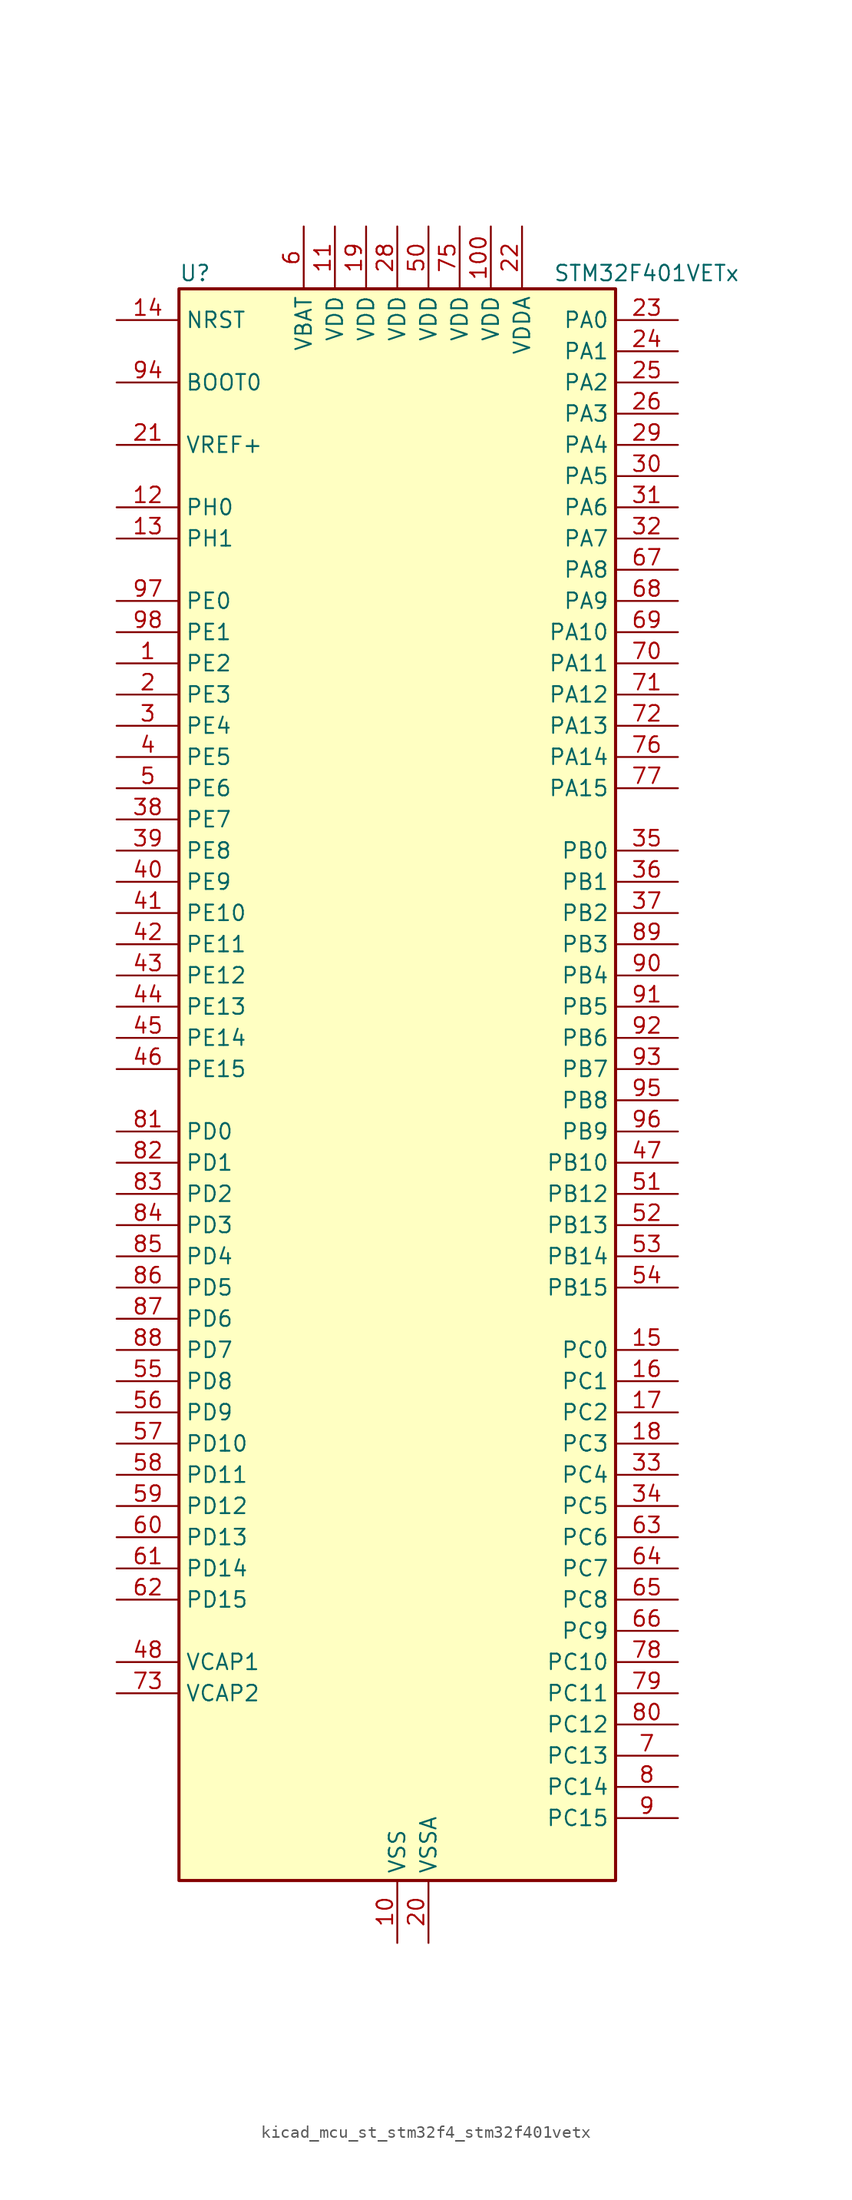
<source format=kicad_sym>
(kicad_symbol_lib
  (version 20220914)
  (generator kicad_symbol_editor)
  (symbol "kicad_mcu_st_stm32f4_stm32f401vetx"
    (property "Reference" "U"
      (at -17.78 67.31 0)
      (effects (font (size 1.27 1.27)) (justify left)))
    (property "Value" "STM32F401VETx"
      (at 12.7 67.31 0)
      (effects (font (size 1.27 1.27)) (justify left)))
    (property "ki_locked" ""
      (at 0 0 0)
      (effects (font (size 1.27 1.27))))
    (symbol "kicad_mcu_st_stm32f4_stm32f401vetx_0_1"
      (rectangle (start -17.78 -63.5) (end 17.78 66.04) (stroke (width 0.254) (type default)) (fill (type background))))
    (symbol "kicad_mcu_st_stm32f4_stm32f401vetx_1_1"
      (pin bidirectional line (at -22.86 35.56 0) (length 5.08) (name "PE2" (effects (font (size 1.27 1.27)))) (number "1" (effects (font (size 1.27 1.27)))) (alternate "SPI4_SCK" bidirectional line) (alternate "SYS_TRACECLK" bidirectional line))
      (pin power_in line (at 0 -68.58 90) (length 5.08) (name "VSS" (effects (font (size 1.27 1.27)))) (number "10" (effects (font (size 1.27 1.27)))))
      (pin power_in line (at 7.62 71.12 270) (length 5.08) (name "VDD" (effects (font (size 1.27 1.27)))) (number "100" (effects (font (size 1.27 1.27)))))
      (pin power_in line (at -5.08 71.12 270) (length 5.08) (name "VDD" (effects (font (size 1.27 1.27)))) (number "11" (effects (font (size 1.27 1.27)))))
      (pin bidirectional line (at -22.86 48.26 0) (length 5.08) (name "PH0" (effects (font (size 1.27 1.27)))) (number "12" (effects (font (size 1.27 1.27)))) (alternate "RCC_OSC_IN" bidirectional line))
      (pin bidirectional line (at -22.86 45.72 0) (length 5.08) (name "PH1" (effects (font (size 1.27 1.27)))) (number "13" (effects (font (size 1.27 1.27)))) (alternate "RCC_OSC_OUT" bidirectional line))
      (pin input line (at -22.86 63.5 0) (length 5.08) (name "NRST" (effects (font (size 1.27 1.27)))) (number "14" (effects (font (size 1.27 1.27)))))
      (pin bidirectional line (at 22.86 -20.32 180) (length 5.08) (name "PC0" (effects (font (size 1.27 1.27)))) (number "15" (effects (font (size 1.27 1.27)))) (alternate "ADC1_IN10" bidirectional line))
      (pin bidirectional line (at 22.86 -22.86 180) (length 5.08) (name "PC1" (effects (font (size 1.27 1.27)))) (number "16" (effects (font (size 1.27 1.27)))) (alternate "ADC1_IN11" bidirectional line))
      (pin bidirectional line (at 22.86 -25.4 180) (length 5.08) (name "PC2" (effects (font (size 1.27 1.27)))) (number "17" (effects (font (size 1.27 1.27)))) (alternate "ADC1_IN12" bidirectional line) (alternate "I2S2_ext_SD" bidirectional line) (alternate "SPI2_MISO" bidirectional line))
      (pin bidirectional line (at 22.86 -27.94 180) (length 5.08) (name "PC3" (effects (font (size 1.27 1.27)))) (number "18" (effects (font (size 1.27 1.27)))) (alternate "ADC1_IN13" bidirectional line) (alternate "I2S2_SD" bidirectional line) (alternate "SPI2_MOSI" bidirectional line))
      (pin power_in line (at -2.54 71.12 270) (length 5.08) (name "VDD" (effects (font (size 1.27 1.27)))) (number "19" (effects (font (size 1.27 1.27)))))
      (pin bidirectional line (at -22.86 33.02 0) (length 5.08) (name "PE3" (effects (font (size 1.27 1.27)))) (number "2" (effects (font (size 1.27 1.27)))) (alternate "SYS_TRACED0" bidirectional line))
      (pin power_in line (at 2.54 -68.58 90) (length 5.08) (name "VSSA" (effects (font (size 1.27 1.27)))) (number "20" (effects (font (size 1.27 1.27)))))
      (pin input line (at -22.86 53.34 0) (length 5.08) (name "VREF+" (effects (font (size 1.27 1.27)))) (number "21" (effects (font (size 1.27 1.27)))))
      (pin power_in line (at 10.16 71.12 270) (length 5.08) (name "VDDA" (effects (font (size 1.27 1.27)))) (number "22" (effects (font (size 1.27 1.27)))))
      (pin bidirectional line (at 22.86 63.5 180) (length 5.08) (name "PA0" (effects (font (size 1.27 1.27)))) (number "23" (effects (font (size 1.27 1.27)))) (alternate "ADC1_IN0" bidirectional line) (alternate "SYS_WKUP" bidirectional line) (alternate "TIM2_CH1" bidirectional line) (alternate "TIM2_ETR" bidirectional line) (alternate "TIM5_CH1" bidirectional line) (alternate "USART2_CTS" bidirectional line))
      (pin bidirectional line (at 22.86 60.96 180) (length 5.08) (name "PA1" (effects (font (size 1.27 1.27)))) (number "24" (effects (font (size 1.27 1.27)))) (alternate "ADC1_IN1" bidirectional line) (alternate "TIM2_CH2" bidirectional line) (alternate "TIM5_CH2" bidirectional line) (alternate "USART2_RTS" bidirectional line))
      (pin bidirectional line (at 22.86 58.42 180) (length 5.08) (name "PA2" (effects (font (size 1.27 1.27)))) (number "25" (effects (font (size 1.27 1.27)))) (alternate "ADC1_IN2" bidirectional line) (alternate "TIM2_CH3" bidirectional line) (alternate "TIM5_CH3" bidirectional line) (alternate "TIM9_CH1" bidirectional line) (alternate "USART2_TX" bidirectional line))
      (pin bidirectional line (at 22.86 55.88 180) (length 5.08) (name "PA3" (effects (font (size 1.27 1.27)))) (number "26" (effects (font (size 1.27 1.27)))) (alternate "ADC1_IN3" bidirectional line) (alternate "TIM2_CH4" bidirectional line) (alternate "TIM5_CH4" bidirectional line) (alternate "TIM9_CH2" bidirectional line) (alternate "USART2_RX" bidirectional line))
      (pin passive line (at 0 -68.58 90) (length 5.08) hide (name "VSS" (effects (font (size 1.27 1.27)))) (number "27" (effects (font (size 1.27 1.27)))))
      (pin power_in line (at 0 71.12 270) (length 5.08) (name "VDD" (effects (font (size 1.27 1.27)))) (number "28" (effects (font (size 1.27 1.27)))))
      (pin bidirectional line (at 22.86 53.34 180) (length 5.08) (name "PA4" (effects (font (size 1.27 1.27)))) (number "29" (effects (font (size 1.27 1.27)))) (alternate "ADC1_IN4" bidirectional line) (alternate "I2S3_WS" bidirectional line) (alternate "SPI1_NSS" bidirectional line) (alternate "SPI3_NSS" bidirectional line) (alternate "USART2_CK" bidirectional line))
      (pin bidirectional line (at -22.86 30.48 0) (length 5.08) (name "PE4" (effects (font (size 1.27 1.27)))) (number "3" (effects (font (size 1.27 1.27)))) (alternate "SPI4_NSS" bidirectional line) (alternate "SYS_TRACED1" bidirectional line))
      (pin bidirectional line (at 22.86 50.8 180) (length 5.08) (name "PA5" (effects (font (size 1.27 1.27)))) (number "30" (effects (font (size 1.27 1.27)))) (alternate "ADC1_IN5" bidirectional line) (alternate "SPI1_SCK" bidirectional line) (alternate "TIM2_CH1" bidirectional line) (alternate "TIM2_ETR" bidirectional line))
      (pin bidirectional line (at 22.86 48.26 180) (length 5.08) (name "PA6" (effects (font (size 1.27 1.27)))) (number "31" (effects (font (size 1.27 1.27)))) (alternate "ADC1_IN6" bidirectional line) (alternate "SPI1_MISO" bidirectional line) (alternate "TIM1_BKIN" bidirectional line) (alternate "TIM3_CH1" bidirectional line))
      (pin bidirectional line (at 22.86 45.72 180) (length 5.08) (name "PA7" (effects (font (size 1.27 1.27)))) (number "32" (effects (font (size 1.27 1.27)))) (alternate "ADC1_IN7" bidirectional line) (alternate "SPI1_MOSI" bidirectional line) (alternate "TIM1_CH1N" bidirectional line) (alternate "TIM3_CH2" bidirectional line))
      (pin bidirectional line (at 22.86 -30.48 180) (length 5.08) (name "PC4" (effects (font (size 1.27 1.27)))) (number "33" (effects (font (size 1.27 1.27)))) (alternate "ADC1_IN14" bidirectional line))
      (pin bidirectional line (at 22.86 -33.02 180) (length 5.08) (name "PC5" (effects (font (size 1.27 1.27)))) (number "34" (effects (font (size 1.27 1.27)))) (alternate "ADC1_IN15" bidirectional line))
      (pin bidirectional line (at 22.86 20.32 180) (length 5.08) (name "PB0" (effects (font (size 1.27 1.27)))) (number "35" (effects (font (size 1.27 1.27)))) (alternate "ADC1_IN8" bidirectional line) (alternate "TIM1_CH2N" bidirectional line) (alternate "TIM3_CH3" bidirectional line))
      (pin bidirectional line (at 22.86 17.78 180) (length 5.08) (name "PB1" (effects (font (size 1.27 1.27)))) (number "36" (effects (font (size 1.27 1.27)))) (alternate "ADC1_IN9" bidirectional line) (alternate "TIM1_CH3N" bidirectional line) (alternate "TIM3_CH4" bidirectional line))
      (pin bidirectional line (at 22.86 15.24 180) (length 5.08) (name "PB2" (effects (font (size 1.27 1.27)))) (number "37" (effects (font (size 1.27 1.27)))))
      (pin bidirectional line (at -22.86 22.86 0) (length 5.08) (name "PE7" (effects (font (size 1.27 1.27)))) (number "38" (effects (font (size 1.27 1.27)))) (alternate "TIM1_ETR" bidirectional line))
      (pin bidirectional line (at -22.86 20.32 0) (length 5.08) (name "PE8" (effects (font (size 1.27 1.27)))) (number "39" (effects (font (size 1.27 1.27)))) (alternate "TIM1_CH1N" bidirectional line))
      (pin bidirectional line (at -22.86 27.94 0) (length 5.08) (name "PE5" (effects (font (size 1.27 1.27)))) (number "4" (effects (font (size 1.27 1.27)))) (alternate "SPI4_MISO" bidirectional line) (alternate "SYS_TRACED2" bidirectional line) (alternate "TIM9_CH1" bidirectional line))
      (pin bidirectional line (at -22.86 17.78 0) (length 5.08) (name "PE9" (effects (font (size 1.27 1.27)))) (number "40" (effects (font (size 1.27 1.27)))) (alternate "TIM1_CH1" bidirectional line))
      (pin bidirectional line (at -22.86 15.24 0) (length 5.08) (name "PE10" (effects (font (size 1.27 1.27)))) (number "41" (effects (font (size 1.27 1.27)))) (alternate "TIM1_CH2N" bidirectional line))
      (pin bidirectional line (at -22.86 12.7 0) (length 5.08) (name "PE11" (effects (font (size 1.27 1.27)))) (number "42" (effects (font (size 1.27 1.27)))) (alternate "ADC1_EXTI11" bidirectional line) (alternate "SPI4_NSS" bidirectional line) (alternate "TIM1_CH2" bidirectional line))
      (pin bidirectional line (at -22.86 10.16 0) (length 5.08) (name "PE12" (effects (font (size 1.27 1.27)))) (number "43" (effects (font (size 1.27 1.27)))) (alternate "SPI4_SCK" bidirectional line) (alternate "TIM1_CH3N" bidirectional line))
      (pin bidirectional line (at -22.86 7.62 0) (length 5.08) (name "PE13" (effects (font (size 1.27 1.27)))) (number "44" (effects (font (size 1.27 1.27)))) (alternate "SPI4_MISO" bidirectional line) (alternate "TIM1_CH3" bidirectional line))
      (pin bidirectional line (at -22.86 5.08 0) (length 5.08) (name "PE14" (effects (font (size 1.27 1.27)))) (number "45" (effects (font (size 1.27 1.27)))) (alternate "SPI4_MOSI" bidirectional line) (alternate "TIM1_CH4" bidirectional line))
      (pin bidirectional line (at -22.86 2.54 0) (length 5.08) (name "PE15" (effects (font (size 1.27 1.27)))) (number "46" (effects (font (size 1.27 1.27)))) (alternate "ADC1_EXTI15" bidirectional line) (alternate "TIM1_BKIN" bidirectional line))
      (pin bidirectional line (at 22.86 -5.08 180) (length 5.08) (name "PB10" (effects (font (size 1.27 1.27)))) (number "47" (effects (font (size 1.27 1.27)))) (alternate "I2C2_SCL" bidirectional line) (alternate "I2S2_CK" bidirectional line) (alternate "SPI2_SCK" bidirectional line) (alternate "TIM2_CH3" bidirectional line))
      (pin power_out line (at -22.86 -45.72 0) (length 5.08) (name "VCAP1" (effects (font (size 1.27 1.27)))) (number "48" (effects (font (size 1.27 1.27)))))
      (pin passive line (at 0 -68.58 90) (length 5.08) hide (name "VSS" (effects (font (size 1.27 1.27)))) (number "49" (effects (font (size 1.27 1.27)))))
      (pin bidirectional line (at -22.86 25.4 0) (length 5.08) (name "PE6" (effects (font (size 1.27 1.27)))) (number "5" (effects (font (size 1.27 1.27)))) (alternate "SPI4_MOSI" bidirectional line) (alternate "SYS_TRACED3" bidirectional line) (alternate "TIM9_CH2" bidirectional line))
      (pin power_in line (at 2.54 71.12 270) (length 5.08) (name "VDD" (effects (font (size 1.27 1.27)))) (number "50" (effects (font (size 1.27 1.27)))))
      (pin bidirectional line (at 22.86 -7.62 180) (length 5.08) (name "PB12" (effects (font (size 1.27 1.27)))) (number "51" (effects (font (size 1.27 1.27)))) (alternate "I2C2_SMBA" bidirectional line) (alternate "I2S2_WS" bidirectional line) (alternate "SPI2_NSS" bidirectional line) (alternate "TIM1_BKIN" bidirectional line))
      (pin bidirectional line (at 22.86 -10.16 180) (length 5.08) (name "PB13" (effects (font (size 1.27 1.27)))) (number "52" (effects (font (size 1.27 1.27)))) (alternate "I2S2_CK" bidirectional line) (alternate "SPI2_SCK" bidirectional line) (alternate "TIM1_CH1N" bidirectional line))
      (pin bidirectional line (at 22.86 -12.7 180) (length 5.08) (name "PB14" (effects (font (size 1.27 1.27)))) (number "53" (effects (font (size 1.27 1.27)))) (alternate "I2S2_ext_SD" bidirectional line) (alternate "SPI2_MISO" bidirectional line) (alternate "TIM1_CH2N" bidirectional line))
      (pin bidirectional line (at 22.86 -15.24 180) (length 5.08) (name "PB15" (effects (font (size 1.27 1.27)))) (number "54" (effects (font (size 1.27 1.27)))) (alternate "ADC1_EXTI15" bidirectional line) (alternate "I2S2_SD" bidirectional line) (alternate "RTC_REFIN" bidirectional line) (alternate "SPI2_MOSI" bidirectional line) (alternate "TIM1_CH3N" bidirectional line))
      (pin bidirectional line (at -22.86 -22.86 0) (length 5.08) (name "PD8" (effects (font (size 1.27 1.27)))) (number "55" (effects (font (size 1.27 1.27)))))
      (pin bidirectional line (at -22.86 -25.4 0) (length 5.08) (name "PD9" (effects (font (size 1.27 1.27)))) (number "56" (effects (font (size 1.27 1.27)))))
      (pin bidirectional line (at -22.86 -27.94 0) (length 5.08) (name "PD10" (effects (font (size 1.27 1.27)))) (number "57" (effects (font (size 1.27 1.27)))))
      (pin bidirectional line (at -22.86 -30.48 0) (length 5.08) (name "PD11" (effects (font (size 1.27 1.27)))) (number "58" (effects (font (size 1.27 1.27)))) (alternate "ADC1_EXTI11" bidirectional line))
      (pin bidirectional line (at -22.86 -33.02 0) (length 5.08) (name "PD12" (effects (font (size 1.27 1.27)))) (number "59" (effects (font (size 1.27 1.27)))) (alternate "TIM4_CH1" bidirectional line))
      (pin power_in line (at -7.62 71.12 270) (length 5.08) (name "VBAT" (effects (font (size 1.27 1.27)))) (number "6" (effects (font (size 1.27 1.27)))))
      (pin bidirectional line (at -22.86 -35.56 0) (length 5.08) (name "PD13" (effects (font (size 1.27 1.27)))) (number "60" (effects (font (size 1.27 1.27)))) (alternate "TIM4_CH2" bidirectional line))
      (pin bidirectional line (at -22.86 -38.1 0) (length 5.08) (name "PD14" (effects (font (size 1.27 1.27)))) (number "61" (effects (font (size 1.27 1.27)))) (alternate "TIM4_CH3" bidirectional line))
      (pin bidirectional line (at -22.86 -40.64 0) (length 5.08) (name "PD15" (effects (font (size 1.27 1.27)))) (number "62" (effects (font (size 1.27 1.27)))) (alternate "ADC1_EXTI15" bidirectional line) (alternate "TIM4_CH4" bidirectional line))
      (pin bidirectional line (at 22.86 -35.56 180) (length 5.08) (name "PC6" (effects (font (size 1.27 1.27)))) (number "63" (effects (font (size 1.27 1.27)))) (alternate "I2S2_MCK" bidirectional line) (alternate "SDIO_D6" bidirectional line) (alternate "TIM3_CH1" bidirectional line) (alternate "USART6_TX" bidirectional line))
      (pin bidirectional line (at 22.86 -38.1 180) (length 5.08) (name "PC7" (effects (font (size 1.27 1.27)))) (number "64" (effects (font (size 1.27 1.27)))) (alternate "I2S3_MCK" bidirectional line) (alternate "SDIO_D7" bidirectional line) (alternate "TIM3_CH2" bidirectional line) (alternate "USART6_RX" bidirectional line))
      (pin bidirectional line (at 22.86 -40.64 180) (length 5.08) (name "PC8" (effects (font (size 1.27 1.27)))) (number "65" (effects (font (size 1.27 1.27)))) (alternate "SDIO_D0" bidirectional line) (alternate "TIM3_CH3" bidirectional line) (alternate "USART6_CK" bidirectional line))
      (pin bidirectional line (at 22.86 -43.18 180) (length 5.08) (name "PC9" (effects (font (size 1.27 1.27)))) (number "66" (effects (font (size 1.27 1.27)))) (alternate "I2C3_SDA" bidirectional line) (alternate "I2S_CKIN" bidirectional line) (alternate "RCC_MCO_2" bidirectional line) (alternate "SDIO_D1" bidirectional line) (alternate "TIM3_CH4" bidirectional line))
      (pin bidirectional line (at 22.86 43.18 180) (length 5.08) (name "PA8" (effects (font (size 1.27 1.27)))) (number "67" (effects (font (size 1.27 1.27)))) (alternate "I2C3_SCL" bidirectional line) (alternate "RCC_MCO_1" bidirectional line) (alternate "TIM1_CH1" bidirectional line) (alternate "USART1_CK" bidirectional line) (alternate "USB_OTG_FS_SOF" bidirectional line))
      (pin bidirectional line (at 22.86 40.64 180) (length 5.08) (name "PA9" (effects (font (size 1.27 1.27)))) (number "68" (effects (font (size 1.27 1.27)))) (alternate "I2C3_SMBA" bidirectional line) (alternate "TIM1_CH2" bidirectional line) (alternate "USART1_TX" bidirectional line) (alternate "USB_OTG_FS_VBUS" bidirectional line))
      (pin bidirectional line (at 22.86 38.1 180) (length 5.08) (name "PA10" (effects (font (size 1.27 1.27)))) (number "69" (effects (font (size 1.27 1.27)))) (alternate "TIM1_CH3" bidirectional line) (alternate "USART1_RX" bidirectional line) (alternate "USB_OTG_FS_ID" bidirectional line))
      (pin bidirectional line (at 22.86 -53.34 180) (length 5.08) (name "PC13" (effects (font (size 1.27 1.27)))) (number "7" (effects (font (size 1.27 1.27)))) (alternate "RTC_AF1" bidirectional line))
      (pin bidirectional line (at 22.86 35.56 180) (length 5.08) (name "PA11" (effects (font (size 1.27 1.27)))) (number "70" (effects (font (size 1.27 1.27)))) (alternate "ADC1_EXTI11" bidirectional line) (alternate "TIM1_CH4" bidirectional line) (alternate "USART1_CTS" bidirectional line) (alternate "USART6_TX" bidirectional line) (alternate "USB_OTG_FS_DM" bidirectional line))
      (pin bidirectional line (at 22.86 33.02 180) (length 5.08) (name "PA12" (effects (font (size 1.27 1.27)))) (number "71" (effects (font (size 1.27 1.27)))) (alternate "TIM1_ETR" bidirectional line) (alternate "USART1_RTS" bidirectional line) (alternate "USART6_RX" bidirectional line) (alternate "USB_OTG_FS_DP" bidirectional line))
      (pin bidirectional line (at 22.86 30.48 180) (length 5.08) (name "PA13" (effects (font (size 1.27 1.27)))) (number "72" (effects (font (size 1.27 1.27)))) (alternate "SYS_JTMS-SWDIO" bidirectional line))
      (pin power_out line (at -22.86 -48.26 0) (length 5.08) (name "VCAP2" (effects (font (size 1.27 1.27)))) (number "73" (effects (font (size 1.27 1.27)))))
      (pin passive line (at 0 -68.58 90) (length 5.08) hide (name "VSS" (effects (font (size 1.27 1.27)))) (number "74" (effects (font (size 1.27 1.27)))))
      (pin power_in line (at 5.08 71.12 270) (length 5.08) (name "VDD" (effects (font (size 1.27 1.27)))) (number "75" (effects (font (size 1.27 1.27)))))
      (pin bidirectional line (at 22.86 27.94 180) (length 5.08) (name "PA14" (effects (font (size 1.27 1.27)))) (number "76" (effects (font (size 1.27 1.27)))) (alternate "SYS_JTCK-SWCLK" bidirectional line))
      (pin bidirectional line (at 22.86 25.4 180) (length 5.08) (name "PA15" (effects (font (size 1.27 1.27)))) (number "77" (effects (font (size 1.27 1.27)))) (alternate "ADC1_EXTI15" bidirectional line) (alternate "I2S3_WS" bidirectional line) (alternate "SPI1_NSS" bidirectional line) (alternate "SPI3_NSS" bidirectional line) (alternate "SYS_JTDI" bidirectional line) (alternate "TIM2_CH1" bidirectional line) (alternate "TIM2_ETR" bidirectional line))
      (pin bidirectional line (at 22.86 -45.72 180) (length 5.08) (name "PC10" (effects (font (size 1.27 1.27)))) (number "78" (effects (font (size 1.27 1.27)))) (alternate "I2S3_CK" bidirectional line) (alternate "SDIO_D2" bidirectional line) (alternate "SPI3_SCK" bidirectional line))
      (pin bidirectional line (at 22.86 -48.26 180) (length 5.08) (name "PC11" (effects (font (size 1.27 1.27)))) (number "79" (effects (font (size 1.27 1.27)))) (alternate "ADC1_EXTI11" bidirectional line) (alternate "I2S3_ext_SD" bidirectional line) (alternate "SDIO_D3" bidirectional line) (alternate "SPI3_MISO" bidirectional line))
      (pin bidirectional line (at 22.86 -55.88 180) (length 5.08) (name "PC14" (effects (font (size 1.27 1.27)))) (number "8" (effects (font (size 1.27 1.27)))) (alternate "RCC_OSC32_IN" bidirectional line))
      (pin bidirectional line (at 22.86 -50.8 180) (length 5.08) (name "PC12" (effects (font (size 1.27 1.27)))) (number "80" (effects (font (size 1.27 1.27)))) (alternate "I2S3_SD" bidirectional line) (alternate "SDIO_CK" bidirectional line) (alternate "SPI3_MOSI" bidirectional line))
      (pin bidirectional line (at -22.86 -2.54 0) (length 5.08) (name "PD0" (effects (font (size 1.27 1.27)))) (number "81" (effects (font (size 1.27 1.27)))))
      (pin bidirectional line (at -22.86 -5.08 0) (length 5.08) (name "PD1" (effects (font (size 1.27 1.27)))) (number "82" (effects (font (size 1.27 1.27)))))
      (pin bidirectional line (at -22.86 -7.62 0) (length 5.08) (name "PD2" (effects (font (size 1.27 1.27)))) (number "83" (effects (font (size 1.27 1.27)))) (alternate "SDIO_CMD" bidirectional line) (alternate "TIM3_ETR" bidirectional line))
      (pin bidirectional line (at -22.86 -10.16 0) (length 5.08) (name "PD3" (effects (font (size 1.27 1.27)))) (number "84" (effects (font (size 1.27 1.27)))) (alternate "I2S2_CK" bidirectional line) (alternate "SPI2_SCK" bidirectional line) (alternate "USART2_CTS" bidirectional line))
      (pin bidirectional line (at -22.86 -12.7 0) (length 5.08) (name "PD4" (effects (font (size 1.27 1.27)))) (number "85" (effects (font (size 1.27 1.27)))) (alternate "USART2_RTS" bidirectional line))
      (pin bidirectional line (at -22.86 -15.24 0) (length 5.08) (name "PD5" (effects (font (size 1.27 1.27)))) (number "86" (effects (font (size 1.27 1.27)))) (alternate "USART2_TX" bidirectional line))
      (pin bidirectional line (at -22.86 -17.78 0) (length 5.08) (name "PD6" (effects (font (size 1.27 1.27)))) (number "87" (effects (font (size 1.27 1.27)))) (alternate "I2S3_SD" bidirectional line) (alternate "SPI3_MOSI" bidirectional line) (alternate "USART2_RX" bidirectional line))
      (pin bidirectional line (at -22.86 -20.32 0) (length 5.08) (name "PD7" (effects (font (size 1.27 1.27)))) (number "88" (effects (font (size 1.27 1.27)))) (alternate "USART2_CK" bidirectional line))
      (pin bidirectional line (at 22.86 12.7 180) (length 5.08) (name "PB3" (effects (font (size 1.27 1.27)))) (number "89" (effects (font (size 1.27 1.27)))) (alternate "I2C2_SDA" bidirectional line) (alternate "I2S3_CK" bidirectional line) (alternate "SPI1_SCK" bidirectional line) (alternate "SPI3_SCK" bidirectional line) (alternate "SYS_JTDO-SWO" bidirectional line) (alternate "TIM2_CH2" bidirectional line))
      (pin bidirectional line (at 22.86 -58.42 180) (length 5.08) (name "PC15" (effects (font (size 1.27 1.27)))) (number "9" (effects (font (size 1.27 1.27)))) (alternate "ADC1_EXTI15" bidirectional line) (alternate "RCC_OSC32_OUT" bidirectional line))
      (pin bidirectional line (at 22.86 10.16 180) (length 5.08) (name "PB4" (effects (font (size 1.27 1.27)))) (number "90" (effects (font (size 1.27 1.27)))) (alternate "I2C3_SDA" bidirectional line) (alternate "I2S3_ext_SD" bidirectional line) (alternate "SPI1_MISO" bidirectional line) (alternate "SPI3_MISO" bidirectional line) (alternate "SYS_JTRST" bidirectional line) (alternate "TIM3_CH1" bidirectional line))
      (pin bidirectional line (at 22.86 7.62 180) (length 5.08) (name "PB5" (effects (font (size 1.27 1.27)))) (number "91" (effects (font (size 1.27 1.27)))) (alternate "I2C1_SMBA" bidirectional line) (alternate "I2S3_SD" bidirectional line) (alternate "SPI1_MOSI" bidirectional line) (alternate "SPI3_MOSI" bidirectional line) (alternate "TIM3_CH2" bidirectional line))
      (pin bidirectional line (at 22.86 5.08 180) (length 5.08) (name "PB6" (effects (font (size 1.27 1.27)))) (number "92" (effects (font (size 1.27 1.27)))) (alternate "I2C1_SCL" bidirectional line) (alternate "TIM4_CH1" bidirectional line) (alternate "USART1_TX" bidirectional line))
      (pin bidirectional line (at 22.86 2.54 180) (length 5.08) (name "PB7" (effects (font (size 1.27 1.27)))) (number "93" (effects (font (size 1.27 1.27)))) (alternate "I2C1_SDA" bidirectional line) (alternate "TIM4_CH2" bidirectional line) (alternate "USART1_RX" bidirectional line))
      (pin input line (at -22.86 58.42 0) (length 5.08) (name "BOOT0" (effects (font (size 1.27 1.27)))) (number "94" (effects (font (size 1.27 1.27)))))
      (pin bidirectional line (at 22.86 0 180) (length 5.08) (name "PB8" (effects (font (size 1.27 1.27)))) (number "95" (effects (font (size 1.27 1.27)))) (alternate "I2C1_SCL" bidirectional line) (alternate "SDIO_D4" bidirectional line) (alternate "TIM10_CH1" bidirectional line) (alternate "TIM4_CH3" bidirectional line))
      (pin bidirectional line (at 22.86 -2.54 180) (length 5.08) (name "PB9" (effects (font (size 1.27 1.27)))) (number "96" (effects (font (size 1.27 1.27)))) (alternate "I2C1_SDA" bidirectional line) (alternate "I2S2_WS" bidirectional line) (alternate "SDIO_D5" bidirectional line) (alternate "SPI2_NSS" bidirectional line) (alternate "TIM11_CH1" bidirectional line) (alternate "TIM4_CH4" bidirectional line))
      (pin bidirectional line (at -22.86 40.64 0) (length 5.08) (name "PE0" (effects (font (size 1.27 1.27)))) (number "97" (effects (font (size 1.27 1.27)))) (alternate "TIM4_ETR" bidirectional line))
      (pin bidirectional line (at -22.86 38.1 0) (length 5.08) (name "PE1" (effects (font (size 1.27 1.27)))) (number "98" (effects (font (size 1.27 1.27)))))
      (pin passive line (at 0 -68.58 90) (length 5.08) hide (name "VSS" (effects (font (size 1.27 1.27)))) (number "99" (effects (font (size 1.27 1.27))))))))
</source>
